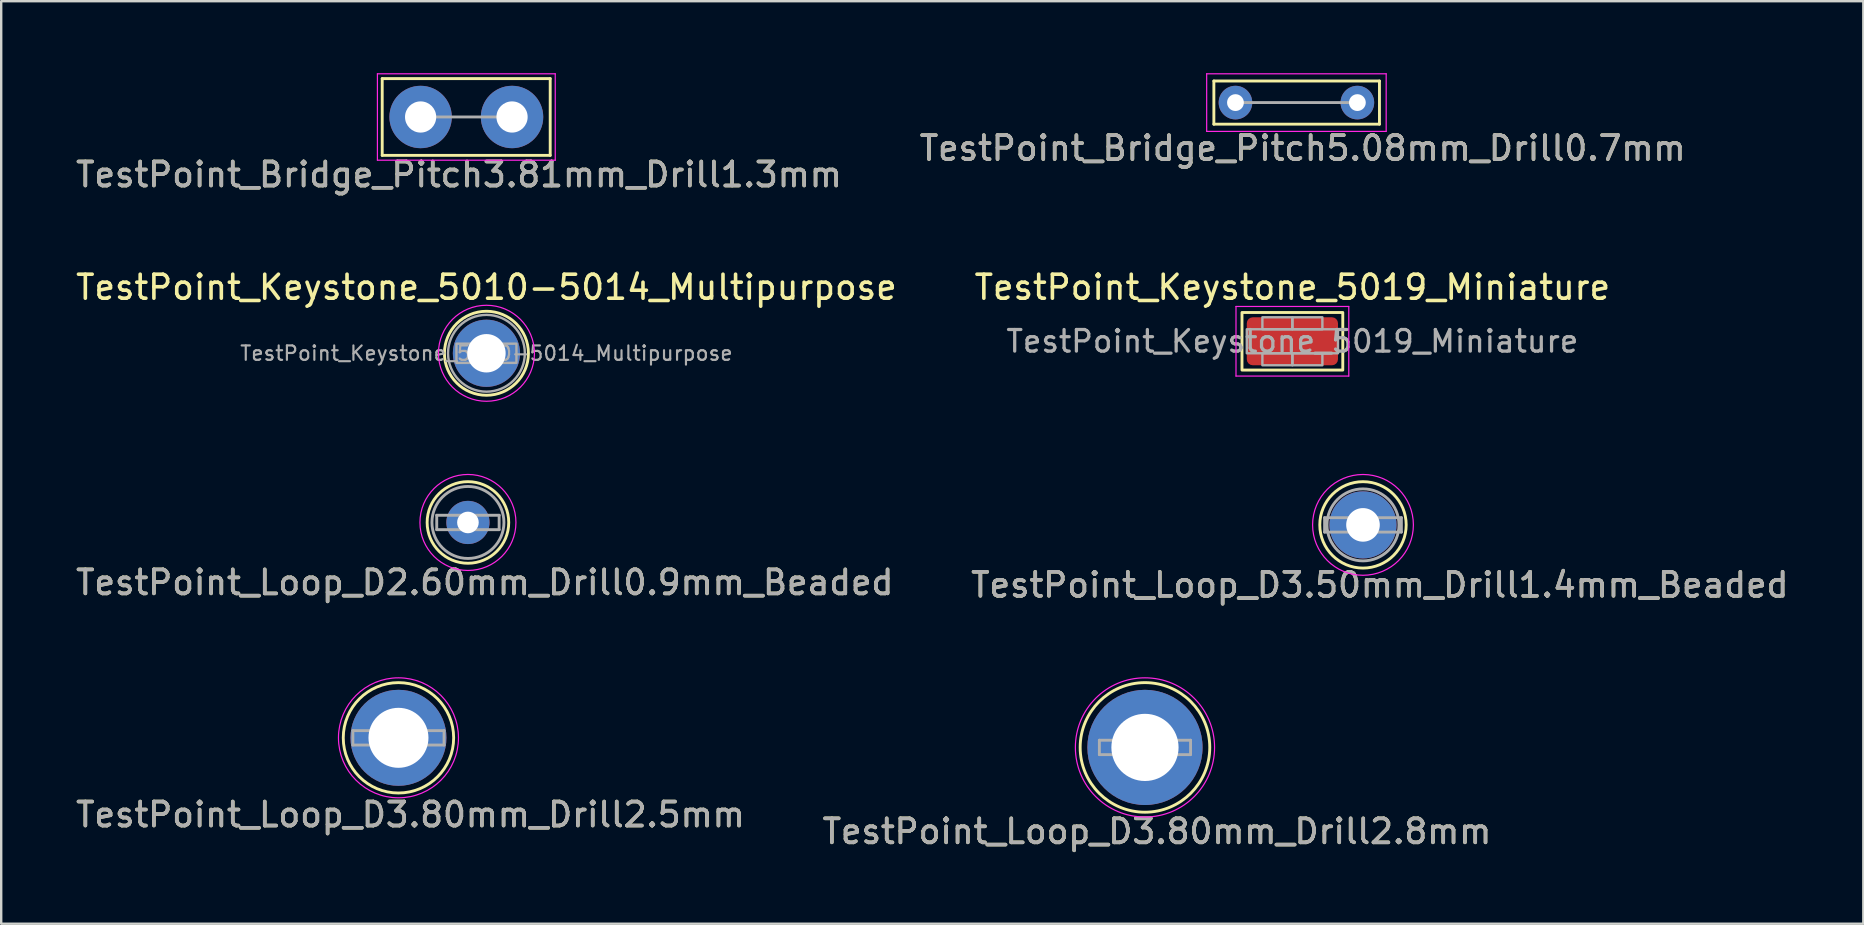
<source format=kicad_pcb>
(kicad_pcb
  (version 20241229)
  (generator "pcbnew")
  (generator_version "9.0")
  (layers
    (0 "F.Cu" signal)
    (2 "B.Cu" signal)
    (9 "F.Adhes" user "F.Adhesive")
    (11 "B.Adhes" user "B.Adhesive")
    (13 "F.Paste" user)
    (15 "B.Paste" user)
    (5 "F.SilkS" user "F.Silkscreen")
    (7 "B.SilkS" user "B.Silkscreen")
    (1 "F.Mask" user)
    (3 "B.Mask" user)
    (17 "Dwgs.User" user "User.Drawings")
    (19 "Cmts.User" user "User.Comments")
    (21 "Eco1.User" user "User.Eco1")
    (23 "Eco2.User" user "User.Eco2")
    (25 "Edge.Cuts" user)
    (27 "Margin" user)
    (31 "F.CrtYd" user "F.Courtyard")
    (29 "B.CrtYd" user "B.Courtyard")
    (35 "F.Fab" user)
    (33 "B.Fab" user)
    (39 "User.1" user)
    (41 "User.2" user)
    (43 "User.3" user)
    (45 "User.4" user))
  (footprint "TestPoint_Loop_D3.80mm_Drill2.8mm"
    (layer "F.Cu")
    (at 44.661 28.095)
    (property "Reference" "TestPoint_Loop_D3.80mm_Drill2.8mm" (at 0.5 3.5 0) (layer "F.SilkS") (effects (font (size 1 1) (thickness 0.15))))
    (attr through_hole)
    (fp_circle (center 0 0) (end 2.7 0) (stroke (width 0.12) (type solid)) (fill no) (layer "F.SilkS"))
    (fp_circle (center 0 0) (end 2.9 0) (stroke (width 0.05) (type solid)) (fill no) (layer "F.CrtYd"))
    (fp_line (start -1.9 -0.3) (end -1.9 0.3) (stroke (width 0.12) (type solid)) (layer "F.Fab"))
    (fp_line (start -1.9 0.3) (end 1.9 0.3) (stroke (width 0.12) (type solid)) (layer "F.Fab"))
    (fp_line (start 1.9 -0.3) (end -1.9 -0.3) (stroke (width 0.12) (type solid)) (layer "F.Fab"))
    (fp_line (start 1.9 0.3) (end 1.9 -0.3) (stroke (width 0.12) (type solid)) (layer "F.Fab"))
    (fp_text user "${REFERENCE}" (at 0.5 3.5 0) (layer "F.Fab") (effects (font (size 1 1) (thickness 0.15))))
    (pad "1" thru_hole circle (at 0 0) (size 4.8 4.8) (drill 2.8) (layers "*.Cu" "*.Mask")))
  (footprint "TestPoint_Bridge_Pitch5.08mm_Drill0.7mm"
    (layer "F.Cu")
    (at 48.432 1.225)
    (property "Reference" "TestPoint_Bridge_Pitch5.08mm_Drill0.7mm" (at 2.8 1.9 0) (layer "F.SilkS") (effects (font (size 1 1) (thickness 0.15))))
    (attr through_hole)
    (fp_line (start -0.9 -0.9) (end 6 -0.9) (stroke (width 0.12) (type solid)) (layer "F.SilkS"))
    (fp_line (start -0.9 0.9) (end -0.9 -0.9) (stroke (width 0.12) (type solid)) (layer "F.SilkS"))
    (fp_line (start 6 -0.9) (end 6 0.9) (stroke (width 0.12) (type solid)) (layer "F.SilkS"))
    (fp_line (start 6 0.9) (end -0.9 0.9) (stroke (width 0.12) (type solid)) (layer "F.SilkS"))
    (fp_line (start -1.2 -1.2) (end -1.2 1.2) (stroke (width 0.05) (type solid)) (layer "F.CrtYd"))
    (fp_line (start -1.2 -1.2) (end 6.28 -1.2) (stroke (width 0.05) (type solid)) (layer "F.CrtYd"))
    (fp_line (start 6.28 1.2) (end -1.2 1.2) (stroke (width 0.05) (type solid)) (layer "F.CrtYd"))
    (fp_line (start 6.28 1.2) (end 6.28 -1.2) (stroke (width 0.05) (type solid)) (layer "F.CrtYd"))
    (fp_line (start 5.08 0) (end 0 0) (stroke (width 0.12) (type solid)) (layer "F.Fab"))
    (fp_text user "${REFERENCE}" (at 2.8 1.9 0) (layer "F.Fab") (effects (font (size 1 1) (thickness 0.15))))
    (pad "1" thru_hole circle (at 0 0) (size 1.4 1.4) (drill 0.7) (layers "*.Cu" "*.Mask"))
    (pad "1" thru_hole circle (at 5.08 0) (size 1.4 1.4) (drill 0.7) (layers "*.Cu" "*.Mask")))
  (footprint "TestPoint_Loop_D2.60mm_Drill0.9mm_Beaded"
    (layer "F.Cu")
    (at 16.449 18.721)
    (property "Reference" "TestPoint_Loop_D2.60mm_Drill0.9mm_Beaded" (at 0.7 2.5 0) (layer "F.SilkS") (effects (font (size 1 1) (thickness 0.15))))
    (attr through_hole)
    (fp_circle (center 0 0) (end 1.7 0) (stroke (width 0.12) (type solid)) (fill no) (layer "F.SilkS"))
    (fp_circle (center 0 0) (end 2 0) (stroke (width 0.05) (type solid)) (fill no) (layer "F.CrtYd"))
    (fp_line (start -1.3 -0.3) (end -1.3 0.3) (stroke (width 0.12) (type solid)) (layer "F.Fab"))
    (fp_line (start -1.3 0.3) (end 1.3 0.3) (stroke (width 0.12) (type solid)) (layer "F.Fab"))
    (fp_line (start 1.3 -0.3) (end -1.3 -0.3) (stroke (width 0.12) (type solid)) (layer "F.Fab"))
    (fp_line (start 1.3 0.3) (end 1.3 -0.3) (stroke (width 0.12) (type solid)) (layer "F.Fab"))
    (fp_circle (center 0 0) (end 1.5 0) (stroke (width 0.12) (type solid)) (fill no) (layer "F.Fab"))
    (fp_text user "${REFERENCE}" (at 0.7 2.5 0) (layer "F.Fab") (effects (font (size 1 1) (thickness 0.15))))
    (pad "1" thru_hole circle (at 0 0) (size 1.8 1.8) (drill 0.9) (layers "*.Cu" "*.Mask")))
  (footprint "TestPoint_Keystone_5010-5014_Multipurpose"
    (layer "F.Cu")
    (at 17.22 11.671)
    (property "Reference" "TestPoint_Keystone_5010-5014_Multipurpose" (at 0 -2.75 0) (layer "F.SilkS") (effects (font (size 1 1) (thickness 0.15))))
    (attr through_hole)
    (fp_circle (center 0 0) (end 1.75 0) (stroke (width 0.12) (type solid)) (fill no) (layer "F.SilkS"))
    (fp_circle (center 0 0) (end 2 0) (stroke (width 0.05) (type solid)) (fill no) (layer "F.CrtYd"))
    (fp_rect (start -1.25 -0.4) (end 1.25 0.4) (stroke (width 0.1) (type default)) (fill no) (layer "F.Fab"))
    (fp_circle (center 0 0) (end 1.6 0) (stroke (width 0.1) (type solid)) (fill no) (layer "F.Fab"))
    (fp_text user "${REFERENCE}" (at 0 0 0) (layer "F.Fab") (effects (font (size 0.6 0.6) (thickness 0.09))))
    (pad "1" thru_hole circle (at 0 0) (size 2.8 2.8) (drill 1.6) (layers "*.Cu" "*.Mask")))
  (footprint "TestPoint_Loop_D3.80mm_Drill2.5mm"
    (layer "F.Cu")
    (at 13.554 27.695)
    (property "Reference" "TestPoint_Loop_D3.80mm_Drill2.5mm" (at 0.5 3.2 0) (layer "F.SilkS") (effects (font (size 1 1) (thickness 0.15))))
    (attr through_hole)
    (fp_circle (center 0 0) (end 2.3 0) (stroke (width 0.12) (type solid)) (fill no) (layer "F.SilkS"))
    (fp_circle (center 0 0) (end 2.5 0) (stroke (width 0.05) (type solid)) (fill no) (layer "F.CrtYd"))
    (fp_line (start -1.9 -0.3) (end -1.9 0.3) (stroke (width 0.12) (type solid)) (layer "F.Fab"))
    (fp_line (start -1.9 0.3) (end 1.9 0.3) (stroke (width 0.12) (type solid)) (layer "F.Fab"))
    (fp_line (start 1.9 -0.3) (end -1.9 -0.3) (stroke (width 0.12) (type solid)) (layer "F.Fab"))
    (fp_line (start 1.9 0.3) (end 1.9 -0.3) (stroke (width 0.12) (type solid)) (layer "F.Fab"))
    (fp_text user "${REFERENCE}" (at 0.5 3.2 0) (layer "F.Fab") (effects (font (size 1 1) (thickness 0.15))))
    (pad "1" thru_hole circle (at 0 0) (size 4 4) (drill 2.5) (layers "*.Cu" "*.Mask")))
  (footprint "TestPoint_Bridge_Pitch3.81mm_Drill1.3mm"
    (layer "F.Cu")
    (at 14.477 1.825)
    (property "Reference" "TestPoint_Bridge_Pitch3.81mm_Drill1.3mm" (at 1.6 2.4 0) (layer "F.SilkS") (effects (font (size 1 1) (thickness 0.15))))
    (attr through_hole)
    (fp_line (start -1.6 -1.6) (end 5.4 -1.6) (stroke (width 0.12) (type solid)) (layer "F.SilkS"))
    (fp_line (start -1.6 1.6) (end -1.6 -1.6) (stroke (width 0.12) (type solid)) (layer "F.SilkS"))
    (fp_line (start 5.4 -1.6) (end 5.4 1.6) (stroke (width 0.12) (type solid)) (layer "F.SilkS"))
    (fp_line (start 5.4 1.6) (end -1.6 1.6) (stroke (width 0.12) (type solid)) (layer "F.SilkS"))
    (fp_line (start -1.8 -1.8) (end -1.8 1.8) (stroke (width 0.05) (type solid)) (layer "F.CrtYd"))
    (fp_line (start -1.8 -1.8) (end 5.61 -1.8) (stroke (width 0.05) (type solid)) (layer "F.CrtYd"))
    (fp_line (start 5.61 1.8) (end -1.8 1.8) (stroke (width 0.05) (type solid)) (layer "F.CrtYd"))
    (fp_line (start 5.61 1.8) (end 5.61 -1.8) (stroke (width 0.05) (type solid)) (layer "F.CrtYd"))
    (fp_line (start 3.81 0) (end 0 0) (stroke (width 0.12) (type solid)) (layer "F.Fab"))
    (fp_text user "${REFERENCE}" (at 1.6 2.4 0) (layer "F.Fab") (effects (font (size 1 1) (thickness 0.15))))
    (pad "1" thru_hole circle (at 0 0) (size 2.6 2.6) (drill 1.3) (layers "*.Cu" "*.Mask"))
    (pad "1" thru_hole circle (at 3.81 0) (size 2.6 2.6) (drill 1.3) (layers "*.Cu" "*.Mask")))
  (footprint "TestPoint_Loop_D3.50mm_Drill1.4mm_Beaded"
    (layer "F.Cu")
    (at 53.746 18.822)
    (property "Reference" "TestPoint_Loop_D3.50mm_Drill1.4mm_Beaded" (at 0.7 2.5 0) (layer "F.SilkS") (effects (font (size 1 1) (thickness 0.15))))
    (attr through_hole)
    (fp_circle (center 0 0) (end 1.8 0) (stroke (width 0.12) (type solid)) (fill no) (layer "F.SilkS"))
    (fp_circle (center 0 0) (end 2.1 0) (stroke (width 0.05) (type solid)) (fill no) (layer "F.CrtYd"))
    (fp_line (start -1.6 -0.3) (end -1.6 0.3) (stroke (width 0.12) (type solid)) (layer "F.Fab"))
    (fp_line (start -1.6 0.3) (end 1.6 0.3) (stroke (width 0.12) (type solid)) (layer "F.Fab"))
    (fp_line (start 1.6 -0.3) (end -1.6 -0.3) (stroke (width 0.12) (type solid)) (layer "F.Fab"))
    (fp_line (start 1.6 0.3) (end 1.6 -0.3) (stroke (width 0.12) (type solid)) (layer "F.Fab"))
    (fp_circle (center 0 0) (end 1.5 0) (stroke (width 0.12) (type solid)) (fill no) (layer "F.Fab"))
    (fp_text user "${REFERENCE}" (at 0.7 2.5 0) (layer "F.Fab") (effects (font (size 1 1) (thickness 0.15))))
    (pad "1" thru_hole circle (at 0 0) (size 2.8 2.8) (drill 1.4) (layers "*.Cu" "*.Mask")))
  (footprint "TestPoint_Keystone_5019_Miniature"
    (layer "F.Cu")
    (at 50.804 11.171)
    (property "Reference" "TestPoint_Keystone_5019_Miniature" (at 0 -2.25 0) (layer "F.SilkS") (effects (font (size 1 1) (thickness 0.15))))
    (attr smd)
    (fp_rect (start -2.1 -1.2) (end 2.1 1.2) (stroke (width 0.12) (type default)) (fill no) (layer "F.SilkS"))
    (fp_line (start -2.35 -1.45) (end 2.35 -1.45) (stroke (width 0.05) (type solid)) (layer "F.CrtYd"))
    (fp_line (start -2.35 1.45) (end -2.35 -1.45) (stroke (width 0.05) (type solid)) (layer "F.CrtYd"))
    (fp_line (start 2.35 -1.45) (end 2.35 1.45) (stroke (width 0.05) (type solid)) (layer "F.CrtYd"))
    (fp_line (start 2.35 1.45) (end -2.35 1.45) (stroke (width 0.05) (type solid)) (layer "F.CrtYd"))
    (fp_rect (start -1.9 -0.5) (end 1.9 0.5) (stroke (width 0.1) (type default)) (fill no) (layer "F.Fab"))
    (fp_rect (start -1.25 -1) (end 0 -0.5) (stroke (width 0.1) (type default)) (fill no) (layer "F.Fab"))
    (fp_rect (start -1.25 0.5) (end 0 1) (stroke (width 0.1) (type default)) (fill no) (layer "F.Fab"))
    (fp_rect (start 0 -1) (end 1.25 -0.5) (stroke (width 0.1) (type default)) (fill no) (layer "F.Fab"))
    (fp_rect (start 0 0.5) (end 1.25 1) (stroke (width 0.1) (type default)) (fill no) (layer "F.Fab"))
    (fp_text user "${REFERENCE}" (at 0 0 0) (layer "F.Fab") (effects (font (size 0.9 0.9) (thickness 0.135))))
    (pad "1" smd roundrect (at 0 0) (size 3.8 2) (layers "F.Cu" "F.Mask" "F.Paste") (roundrect_rratio 0.125)))
  (gr_rect
    (start -3 -3)
    (end 74.595 35.443)
    (stroke (width 0.1) (type default))
    (fill no)
    (layer "Edge.Cuts")))
</source>
